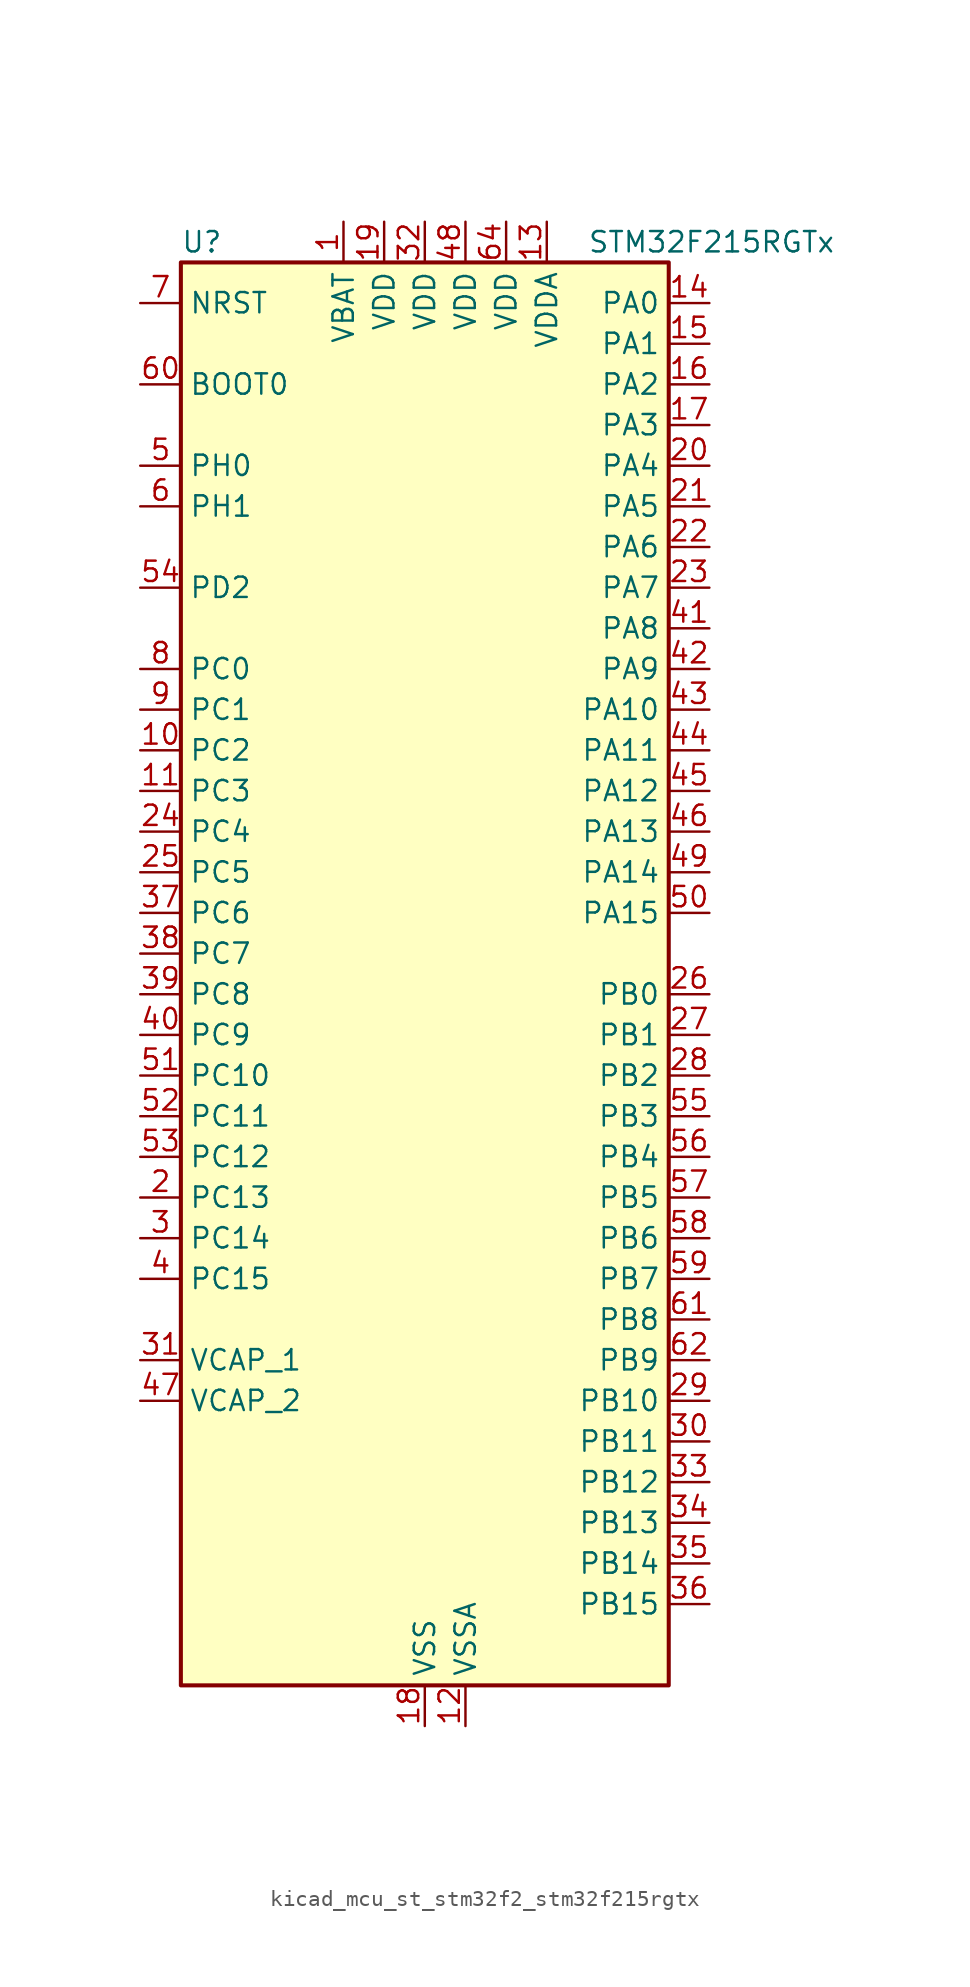
<source format=kicad_sym>
(kicad_symbol_lib
  (version 20220914)
  (generator kicad_symbol_editor)
  (symbol "kicad_mcu_st_stm32f2_stm32f215rgtx"
    (property "Reference" "U"
      (at -15.24 46.99 0)
      (effects (font (size 1.27 1.27)) (justify left)))
    (property "Value" "STM32F215RGTx"
      (at 10.16 46.99 0)
      (effects (font (size 1.27 1.27)) (justify left)))
    (property "ki_locked" ""
      (at 0 0 0)
      (effects (font (size 1.27 1.27))))
    (symbol "kicad_mcu_st_stm32f2_stm32f215rgtx_0_1"
      (rectangle (start -15.24 -43.18) (end 15.24 45.72) (stroke (width 0.254) (type default)) (fill (type background))))
    (symbol "kicad_mcu_st_stm32f2_stm32f215rgtx_1_1"
      (pin power_in line (at -5.08 48.26 270) (length 2.54) (name "VBAT" (effects (font (size 1.27 1.27)))) (number "1" (effects (font (size 1.27 1.27)))))
      (pin bidirectional line (at -17.78 15.24 0) (length 2.54) (name "PC2" (effects (font (size 1.27 1.27)))) (number "10" (effects (font (size 1.27 1.27)))) (alternate "ADC1_IN12" bidirectional line) (alternate "ADC2_IN12" bidirectional line) (alternate "ADC3_IN12" bidirectional line) (alternate "SPI2_MISO" bidirectional line) (alternate "USB_OTG_HS_ULPI_DIR" bidirectional line))
      (pin bidirectional line (at -17.78 12.7 0) (length 2.54) (name "PC3" (effects (font (size 1.27 1.27)))) (number "11" (effects (font (size 1.27 1.27)))) (alternate "ADC1_IN13" bidirectional line) (alternate "ADC2_IN13" bidirectional line) (alternate "ADC3_IN13" bidirectional line) (alternate "I2S2_SD" bidirectional line) (alternate "SPI2_MOSI" bidirectional line) (alternate "USB_OTG_HS_ULPI_NXT" bidirectional line))
      (pin power_in line (at 2.54 -45.72 90) (length 2.54) (name "VSSA" (effects (font (size 1.27 1.27)))) (number "12" (effects (font (size 1.27 1.27)))))
      (pin power_in line (at 7.62 48.26 270) (length 2.54) (name "VDDA" (effects (font (size 1.27 1.27)))) (number "13" (effects (font (size 1.27 1.27)))))
      (pin bidirectional line (at 17.78 43.18 180) (length 2.54) (name "PA0" (effects (font (size 1.27 1.27)))) (number "14" (effects (font (size 1.27 1.27)))) (alternate "ADC1_IN0" bidirectional line) (alternate "ADC2_IN0" bidirectional line) (alternate "ADC3_IN0" bidirectional line) (alternate "SYS_WKUP" bidirectional line) (alternate "TIM2_CH1" bidirectional line) (alternate "TIM2_ETR" bidirectional line) (alternate "TIM5_CH1" bidirectional line) (alternate "TIM8_ETR" bidirectional line) (alternate "UART4_TX" bidirectional line) (alternate "USART2_CTS" bidirectional line))
      (pin bidirectional line (at 17.78 40.64 180) (length 2.54) (name "PA1" (effects (font (size 1.27 1.27)))) (number "15" (effects (font (size 1.27 1.27)))) (alternate "ADC1_IN1" bidirectional line) (alternate "ADC2_IN1" bidirectional line) (alternate "ADC3_IN1" bidirectional line) (alternate "TIM2_CH2" bidirectional line) (alternate "TIM5_CH2" bidirectional line) (alternate "UART4_RX" bidirectional line) (alternate "USART2_RTS" bidirectional line))
      (pin bidirectional line (at 17.78 38.1 180) (length 2.54) (name "PA2" (effects (font (size 1.27 1.27)))) (number "16" (effects (font (size 1.27 1.27)))) (alternate "ADC1_IN2" bidirectional line) (alternate "ADC2_IN2" bidirectional line) (alternate "ADC3_IN2" bidirectional line) (alternate "TIM2_CH3" bidirectional line) (alternate "TIM5_CH3" bidirectional line) (alternate "TIM9_CH1" bidirectional line) (alternate "USART2_TX" bidirectional line))
      (pin bidirectional line (at 17.78 35.56 180) (length 2.54) (name "PA3" (effects (font (size 1.27 1.27)))) (number "17" (effects (font (size 1.27 1.27)))) (alternate "ADC1_IN3" bidirectional line) (alternate "ADC2_IN3" bidirectional line) (alternate "ADC3_IN3" bidirectional line) (alternate "TIM2_CH4" bidirectional line) (alternate "TIM5_CH4" bidirectional line) (alternate "TIM9_CH2" bidirectional line) (alternate "USART2_RX" bidirectional line) (alternate "USB_OTG_HS_ULPI_D0" bidirectional line))
      (pin power_in line (at 0 -45.72 90) (length 2.54) (name "VSS" (effects (font (size 1.27 1.27)))) (number "18" (effects (font (size 1.27 1.27)))))
      (pin power_in line (at -2.54 48.26 270) (length 2.54) (name "VDD" (effects (font (size 1.27 1.27)))) (number "19" (effects (font (size 1.27 1.27)))))
      (pin bidirectional line (at -17.78 -12.7 0) (length 2.54) (name "PC13" (effects (font (size 1.27 1.27)))) (number "2" (effects (font (size 1.27 1.27)))) (alternate "RTC_AF1" bidirectional line))
      (pin bidirectional line (at 17.78 33.02 180) (length 2.54) (name "PA4" (effects (font (size 1.27 1.27)))) (number "20" (effects (font (size 1.27 1.27)))) (alternate "ADC1_IN4" bidirectional line) (alternate "ADC2_IN4" bidirectional line) (alternate "DAC_OUT1" bidirectional line) (alternate "I2S3_WS" bidirectional line) (alternate "SPI1_NSS" bidirectional line) (alternate "SPI3_NSS" bidirectional line) (alternate "USART2_CK" bidirectional line) (alternate "USB_OTG_HS_SOF" bidirectional line))
      (pin bidirectional line (at 17.78 30.48 180) (length 2.54) (name "PA5" (effects (font (size 1.27 1.27)))) (number "21" (effects (font (size 1.27 1.27)))) (alternate "ADC1_IN5" bidirectional line) (alternate "ADC2_IN5" bidirectional line) (alternate "DAC_OUT2" bidirectional line) (alternate "SPI1_SCK" bidirectional line) (alternate "TIM2_CH1" bidirectional line) (alternate "TIM2_ETR" bidirectional line) (alternate "TIM8_CH1N" bidirectional line) (alternate "USB_OTG_HS_ULPI_CK" bidirectional line))
      (pin bidirectional line (at 17.78 27.94 180) (length 2.54) (name "PA6" (effects (font (size 1.27 1.27)))) (number "22" (effects (font (size 1.27 1.27)))) (alternate "ADC1_IN6" bidirectional line) (alternate "ADC2_IN6" bidirectional line) (alternate "SPI1_MISO" bidirectional line) (alternate "TIM13_CH1" bidirectional line) (alternate "TIM1_BKIN" bidirectional line) (alternate "TIM3_CH1" bidirectional line) (alternate "TIM8_BKIN" bidirectional line))
      (pin bidirectional line (at 17.78 25.4 180) (length 2.54) (name "PA7" (effects (font (size 1.27 1.27)))) (number "23" (effects (font (size 1.27 1.27)))) (alternate "ADC1_IN7" bidirectional line) (alternate "ADC2_IN7" bidirectional line) (alternate "SPI1_MOSI" bidirectional line) (alternate "TIM14_CH1" bidirectional line) (alternate "TIM1_CH1N" bidirectional line) (alternate "TIM3_CH2" bidirectional line) (alternate "TIM8_CH1N" bidirectional line))
      (pin bidirectional line (at -17.78 10.16 0) (length 2.54) (name "PC4" (effects (font (size 1.27 1.27)))) (number "24" (effects (font (size 1.27 1.27)))) (alternate "ADC1_IN14" bidirectional line) (alternate "ADC2_IN14" bidirectional line))
      (pin bidirectional line (at -17.78 7.62 0) (length 2.54) (name "PC5" (effects (font (size 1.27 1.27)))) (number "25" (effects (font (size 1.27 1.27)))) (alternate "ADC1_IN15" bidirectional line) (alternate "ADC2_IN15" bidirectional line))
      (pin bidirectional line (at 17.78 0 180) (length 2.54) (name "PB0" (effects (font (size 1.27 1.27)))) (number "26" (effects (font (size 1.27 1.27)))) (alternate "ADC1_IN8" bidirectional line) (alternate "ADC2_IN8" bidirectional line) (alternate "TIM1_CH2N" bidirectional line) (alternate "TIM3_CH3" bidirectional line) (alternate "TIM8_CH2N" bidirectional line) (alternate "USB_OTG_HS_ULPI_D1" bidirectional line))
      (pin bidirectional line (at 17.78 -2.54 180) (length 2.54) (name "PB1" (effects (font (size 1.27 1.27)))) (number "27" (effects (font (size 1.27 1.27)))) (alternate "ADC1_IN9" bidirectional line) (alternate "ADC2_IN9" bidirectional line) (alternate "TIM1_CH3N" bidirectional line) (alternate "TIM3_CH4" bidirectional line) (alternate "TIM8_CH3N" bidirectional line) (alternate "USB_OTG_HS_ULPI_D2" bidirectional line))
      (pin bidirectional line (at 17.78 -5.08 180) (length 2.54) (name "PB2" (effects (font (size 1.27 1.27)))) (number "28" (effects (font (size 1.27 1.27)))))
      (pin bidirectional line (at 17.78 -25.4 180) (length 2.54) (name "PB10" (effects (font (size 1.27 1.27)))) (number "29" (effects (font (size 1.27 1.27)))) (alternate "I2C2_SCL" bidirectional line) (alternate "I2S2_SCK" bidirectional line) (alternate "SPI2_SCK" bidirectional line) (alternate "TIM2_CH3" bidirectional line) (alternate "USART3_TX" bidirectional line) (alternate "USB_OTG_HS_ULPI_D3" bidirectional line))
      (pin bidirectional line (at -17.78 -15.24 0) (length 2.54) (name "PC14" (effects (font (size 1.27 1.27)))) (number "3" (effects (font (size 1.27 1.27)))) (alternate "RCC_OSC32_IN" bidirectional line))
      (pin bidirectional line (at 17.78 -27.94 180) (length 2.54) (name "PB11" (effects (font (size 1.27 1.27)))) (number "30" (effects (font (size 1.27 1.27)))) (alternate "ADC1_EXTI11" bidirectional line) (alternate "ADC2_EXTI11" bidirectional line) (alternate "ADC3_EXTI11" bidirectional line) (alternate "I2C2_SDA" bidirectional line) (alternate "TIM2_CH4" bidirectional line) (alternate "USART3_RX" bidirectional line) (alternate "USB_OTG_HS_ULPI_D4" bidirectional line))
      (pin power_out line (at -17.78 -22.86 0) (length 2.54) (name "VCAP_1" (effects (font (size 1.27 1.27)))) (number "31" (effects (font (size 1.27 1.27)))))
      (pin power_in line (at 0 48.26 270) (length 2.54) (name "VDD" (effects (font (size 1.27 1.27)))) (number "32" (effects (font (size 1.27 1.27)))))
      (pin bidirectional line (at 17.78 -30.48 180) (length 2.54) (name "PB12" (effects (font (size 1.27 1.27)))) (number "33" (effects (font (size 1.27 1.27)))) (alternate "CAN2_RX" bidirectional line) (alternate "I2C2_SMBA" bidirectional line) (alternate "I2S2_WS" bidirectional line) (alternate "SPI2_NSS" bidirectional line) (alternate "TIM1_BKIN" bidirectional line) (alternate "USART3_CK" bidirectional line) (alternate "USB_OTG_HS_ID" bidirectional line) (alternate "USB_OTG_HS_ULPI_D5" bidirectional line))
      (pin bidirectional line (at 17.78 -33.02 180) (length 2.54) (name "PB13" (effects (font (size 1.27 1.27)))) (number "34" (effects (font (size 1.27 1.27)))) (alternate "CAN2_TX" bidirectional line) (alternate "I2S2_SCK" bidirectional line) (alternate "SPI2_SCK" bidirectional line) (alternate "TIM1_CH1N" bidirectional line) (alternate "USART3_CTS" bidirectional line) (alternate "USB_OTG_HS_ULPI_D6" bidirectional line) (alternate "USB_OTG_HS_VBUS" bidirectional line))
      (pin bidirectional line (at 17.78 -35.56 180) (length 2.54) (name "PB14" (effects (font (size 1.27 1.27)))) (number "35" (effects (font (size 1.27 1.27)))) (alternate "SPI2_MISO" bidirectional line) (alternate "TIM12_CH1" bidirectional line) (alternate "TIM1_CH2N" bidirectional line) (alternate "TIM8_CH2N" bidirectional line) (alternate "USART3_RTS" bidirectional line) (alternate "USB_OTG_HS_DM" bidirectional line))
      (pin bidirectional line (at 17.78 -38.1 180) (length 2.54) (name "PB15" (effects (font (size 1.27 1.27)))) (number "36" (effects (font (size 1.27 1.27)))) (alternate "ADC1_EXTI15" bidirectional line) (alternate "ADC2_EXTI15" bidirectional line) (alternate "ADC3_EXTI15" bidirectional line) (alternate "I2S2_SD" bidirectional line) (alternate "RTC_REFIN" bidirectional line) (alternate "SPI2_MOSI" bidirectional line) (alternate "TIM12_CH2" bidirectional line) (alternate "TIM1_CH3N" bidirectional line) (alternate "TIM8_CH3N" bidirectional line) (alternate "USB_OTG_HS_DP" bidirectional line))
      (pin bidirectional line (at -17.78 5.08 0) (length 2.54) (name "PC6" (effects (font (size 1.27 1.27)))) (number "37" (effects (font (size 1.27 1.27)))) (alternate "I2S2_MCK" bidirectional line) (alternate "SDIO_D6" bidirectional line) (alternate "TIM3_CH1" bidirectional line) (alternate "TIM8_CH1" bidirectional line) (alternate "USART6_TX" bidirectional line))
      (pin bidirectional line (at -17.78 2.54 0) (length 2.54) (name "PC7" (effects (font (size 1.27 1.27)))) (number "38" (effects (font (size 1.27 1.27)))) (alternate "I2S3_MCK" bidirectional line) (alternate "SDIO_D7" bidirectional line) (alternate "TIM3_CH2" bidirectional line) (alternate "TIM8_CH2" bidirectional line) (alternate "USART6_RX" bidirectional line))
      (pin bidirectional line (at -17.78 0 0) (length 2.54) (name "PC8" (effects (font (size 1.27 1.27)))) (number "39" (effects (font (size 1.27 1.27)))) (alternate "SDIO_D0" bidirectional line) (alternate "TIM3_CH3" bidirectional line) (alternate "TIM8_CH3" bidirectional line) (alternate "USART6_CK" bidirectional line))
      (pin bidirectional line (at -17.78 -17.78 0) (length 2.54) (name "PC15" (effects (font (size 1.27 1.27)))) (number "4" (effects (font (size 1.27 1.27)))) (alternate "ADC1_EXTI15" bidirectional line) (alternate "ADC2_EXTI15" bidirectional line) (alternate "ADC3_EXTI15" bidirectional line) (alternate "RCC_OSC32_OUT" bidirectional line))
      (pin bidirectional line (at -17.78 -2.54 0) (length 2.54) (name "PC9" (effects (font (size 1.27 1.27)))) (number "40" (effects (font (size 1.27 1.27)))) (alternate "DAC_EXTI9" bidirectional line) (alternate "I2C3_SDA" bidirectional line) (alternate "I2S_CKIN" bidirectional line) (alternate "RCC_MCO_2" bidirectional line) (alternate "SDIO_D1" bidirectional line) (alternate "TIM3_CH4" bidirectional line) (alternate "TIM8_CH4" bidirectional line))
      (pin bidirectional line (at 17.78 22.86 180) (length 2.54) (name "PA8" (effects (font (size 1.27 1.27)))) (number "41" (effects (font (size 1.27 1.27)))) (alternate "I2C3_SCL" bidirectional line) (alternate "RCC_MCO_1" bidirectional line) (alternate "TIM1_CH1" bidirectional line) (alternate "USART1_CK" bidirectional line) (alternate "USB_OTG_FS_SOF" bidirectional line))
      (pin bidirectional line (at 17.78 20.32 180) (length 2.54) (name "PA9" (effects (font (size 1.27 1.27)))) (number "42" (effects (font (size 1.27 1.27)))) (alternate "DAC_EXTI9" bidirectional line) (alternate "I2C3_SMBA" bidirectional line) (alternate "TIM1_CH2" bidirectional line) (alternate "USART1_TX" bidirectional line) (alternate "USB_OTG_FS_VBUS" bidirectional line))
      (pin bidirectional line (at 17.78 17.78 180) (length 2.54) (name "PA10" (effects (font (size 1.27 1.27)))) (number "43" (effects (font (size 1.27 1.27)))) (alternate "TIM1_CH3" bidirectional line) (alternate "USART1_RX" bidirectional line) (alternate "USB_OTG_FS_ID" bidirectional line))
      (pin bidirectional line (at 17.78 15.24 180) (length 2.54) (name "PA11" (effects (font (size 1.27 1.27)))) (number "44" (effects (font (size 1.27 1.27)))) (alternate "ADC1_EXTI11" bidirectional line) (alternate "ADC2_EXTI11" bidirectional line) (alternate "ADC3_EXTI11" bidirectional line) (alternate "CAN1_RX" bidirectional line) (alternate "TIM1_CH4" bidirectional line) (alternate "USART1_CTS" bidirectional line) (alternate "USB_OTG_FS_DM" bidirectional line))
      (pin bidirectional line (at 17.78 12.7 180) (length 2.54) (name "PA12" (effects (font (size 1.27 1.27)))) (number "45" (effects (font (size 1.27 1.27)))) (alternate "CAN1_TX" bidirectional line) (alternate "TIM1_ETR" bidirectional line) (alternate "USART1_RTS" bidirectional line) (alternate "USB_OTG_FS_DP" bidirectional line))
      (pin bidirectional line (at 17.78 10.16 180) (length 2.54) (name "PA13" (effects (font (size 1.27 1.27)))) (number "46" (effects (font (size 1.27 1.27)))) (alternate "SYS_JTMS-SWDIO" bidirectional line))
      (pin power_out line (at -17.78 -25.4 0) (length 2.54) (name "VCAP_2" (effects (font (size 1.27 1.27)))) (number "47" (effects (font (size 1.27 1.27)))))
      (pin power_in line (at 2.54 48.26 270) (length 2.54) (name "VDD" (effects (font (size 1.27 1.27)))) (number "48" (effects (font (size 1.27 1.27)))))
      (pin bidirectional line (at 17.78 7.62 180) (length 2.54) (name "PA14" (effects (font (size 1.27 1.27)))) (number "49" (effects (font (size 1.27 1.27)))) (alternate "SYS_JTCK-SWCLK" bidirectional line))
      (pin bidirectional line (at -17.78 33.02 0) (length 2.54) (name "PH0" (effects (font (size 1.27 1.27)))) (number "5" (effects (font (size 1.27 1.27)))) (alternate "RCC_OSC_IN" bidirectional line))
      (pin bidirectional line (at 17.78 5.08 180) (length 2.54) (name "PA15" (effects (font (size 1.27 1.27)))) (number "50" (effects (font (size 1.27 1.27)))) (alternate "ADC1_EXTI15" bidirectional line) (alternate "ADC2_EXTI15" bidirectional line) (alternate "ADC3_EXTI15" bidirectional line) (alternate "I2S3_WS" bidirectional line) (alternate "SPI1_NSS" bidirectional line) (alternate "SPI3_NSS" bidirectional line) (alternate "SYS_JTDI" bidirectional line) (alternate "TIM2_CH1" bidirectional line) (alternate "TIM2_ETR" bidirectional line))
      (pin bidirectional line (at -17.78 -5.08 0) (length 2.54) (name "PC10" (effects (font (size 1.27 1.27)))) (number "51" (effects (font (size 1.27 1.27)))) (alternate "I2S3_SCK" bidirectional line) (alternate "SDIO_D2" bidirectional line) (alternate "SPI3_SCK" bidirectional line) (alternate "UART4_TX" bidirectional line) (alternate "USART3_TX" bidirectional line))
      (pin bidirectional line (at -17.78 -7.62 0) (length 2.54) (name "PC11" (effects (font (size 1.27 1.27)))) (number "52" (effects (font (size 1.27 1.27)))) (alternate "ADC1_EXTI11" bidirectional line) (alternate "ADC2_EXTI11" bidirectional line) (alternate "ADC3_EXTI11" bidirectional line) (alternate "SDIO_D3" bidirectional line) (alternate "SPI3_MISO" bidirectional line) (alternate "UART4_RX" bidirectional line) (alternate "USART3_RX" bidirectional line))
      (pin bidirectional line (at -17.78 -10.16 0) (length 2.54) (name "PC12" (effects (font (size 1.27 1.27)))) (number "53" (effects (font (size 1.27 1.27)))) (alternate "I2S3_SD" bidirectional line) (alternate "SDIO_CK" bidirectional line) (alternate "SPI3_MOSI" bidirectional line) (alternate "UART5_TX" bidirectional line) (alternate "USART3_CK" bidirectional line))
      (pin bidirectional line (at -17.78 25.4 0) (length 2.54) (name "PD2" (effects (font (size 1.27 1.27)))) (number "54" (effects (font (size 1.27 1.27)))) (alternate "SDIO_CMD" bidirectional line) (alternate "TIM3_ETR" bidirectional line) (alternate "UART5_RX" bidirectional line))
      (pin bidirectional line (at 17.78 -7.62 180) (length 2.54) (name "PB3" (effects (font (size 1.27 1.27)))) (number "55" (effects (font (size 1.27 1.27)))) (alternate "I2S3_SCK" bidirectional line) (alternate "SPI1_SCK" bidirectional line) (alternate "SPI3_SCK" bidirectional line) (alternate "SYS_JTDO-SWO" bidirectional line) (alternate "TIM2_CH2" bidirectional line))
      (pin bidirectional line (at 17.78 -10.16 180) (length 2.54) (name "PB4" (effects (font (size 1.27 1.27)))) (number "56" (effects (font (size 1.27 1.27)))) (alternate "SPI1_MISO" bidirectional line) (alternate "SPI3_MISO" bidirectional line) (alternate "SYS_JTRST" bidirectional line) (alternate "TIM3_CH1" bidirectional line))
      (pin bidirectional line (at 17.78 -12.7 180) (length 2.54) (name "PB5" (effects (font (size 1.27 1.27)))) (number "57" (effects (font (size 1.27 1.27)))) (alternate "CAN2_RX" bidirectional line) (alternate "I2C1_SMBA" bidirectional line) (alternate "I2S3_SD" bidirectional line) (alternate "SPI1_MOSI" bidirectional line) (alternate "SPI3_MOSI" bidirectional line) (alternate "TIM3_CH2" bidirectional line) (alternate "USB_OTG_HS_ULPI_D7" bidirectional line))
      (pin bidirectional line (at 17.78 -15.24 180) (length 2.54) (name "PB6" (effects (font (size 1.27 1.27)))) (number "58" (effects (font (size 1.27 1.27)))) (alternate "CAN2_TX" bidirectional line) (alternate "I2C1_SCL" bidirectional line) (alternate "TIM4_CH1" bidirectional line) (alternate "USART1_TX" bidirectional line))
      (pin bidirectional line (at 17.78 -17.78 180) (length 2.54) (name "PB7" (effects (font (size 1.27 1.27)))) (number "59" (effects (font (size 1.27 1.27)))) (alternate "I2C1_SDA" bidirectional line) (alternate "TIM4_CH2" bidirectional line) (alternate "USART1_RX" bidirectional line))
      (pin bidirectional line (at -17.78 30.48 0) (length 2.54) (name "PH1" (effects (font (size 1.27 1.27)))) (number "6" (effects (font (size 1.27 1.27)))) (alternate "RCC_OSC_OUT" bidirectional line))
      (pin input line (at -17.78 38.1 0) (length 2.54) (name "BOOT0" (effects (font (size 1.27 1.27)))) (number "60" (effects (font (size 1.27 1.27)))))
      (pin bidirectional line (at 17.78 -20.32 180) (length 2.54) (name "PB8" (effects (font (size 1.27 1.27)))) (number "61" (effects (font (size 1.27 1.27)))) (alternate "CAN1_RX" bidirectional line) (alternate "I2C1_SCL" bidirectional line) (alternate "SDIO_D4" bidirectional line) (alternate "TIM10_CH1" bidirectional line) (alternate "TIM4_CH3" bidirectional line))
      (pin bidirectional line (at 17.78 -22.86 180) (length 2.54) (name "PB9" (effects (font (size 1.27 1.27)))) (number "62" (effects (font (size 1.27 1.27)))) (alternate "CAN1_TX" bidirectional line) (alternate "DAC_EXTI9" bidirectional line) (alternate "I2C1_SDA" bidirectional line) (alternate "I2S2_WS" bidirectional line) (alternate "SDIO_D5" bidirectional line) (alternate "SPI2_NSS" bidirectional line) (alternate "TIM11_CH1" bidirectional line) (alternate "TIM4_CH4" bidirectional line))
      (pin passive line (at 0 -45.72 90) (length 2.54) hide (name "VSS" (effects (font (size 1.27 1.27)))) (number "63" (effects (font (size 1.27 1.27)))))
      (pin power_in line (at 5.08 48.26 270) (length 2.54) (name "VDD" (effects (font (size 1.27 1.27)))) (number "64" (effects (font (size 1.27 1.27)))))
      (pin input line (at -17.78 43.18 0) (length 2.54) (name "NRST" (effects (font (size 1.27 1.27)))) (number "7" (effects (font (size 1.27 1.27)))))
      (pin bidirectional line (at -17.78 20.32 0) (length 2.54) (name "PC0" (effects (font (size 1.27 1.27)))) (number "8" (effects (font (size 1.27 1.27)))) (alternate "ADC1_IN10" bidirectional line) (alternate "ADC2_IN10" bidirectional line) (alternate "ADC3_IN10" bidirectional line) (alternate "USB_OTG_HS_ULPI_STP" bidirectional line))
      (pin bidirectional line (at -17.78 17.78 0) (length 2.54) (name "PC1" (effects (font (size 1.27 1.27)))) (number "9" (effects (font (size 1.27 1.27)))) (alternate "ADC1_IN11" bidirectional line) (alternate "ADC2_IN11" bidirectional line) (alternate "ADC3_IN11" bidirectional line)))))
</source>
